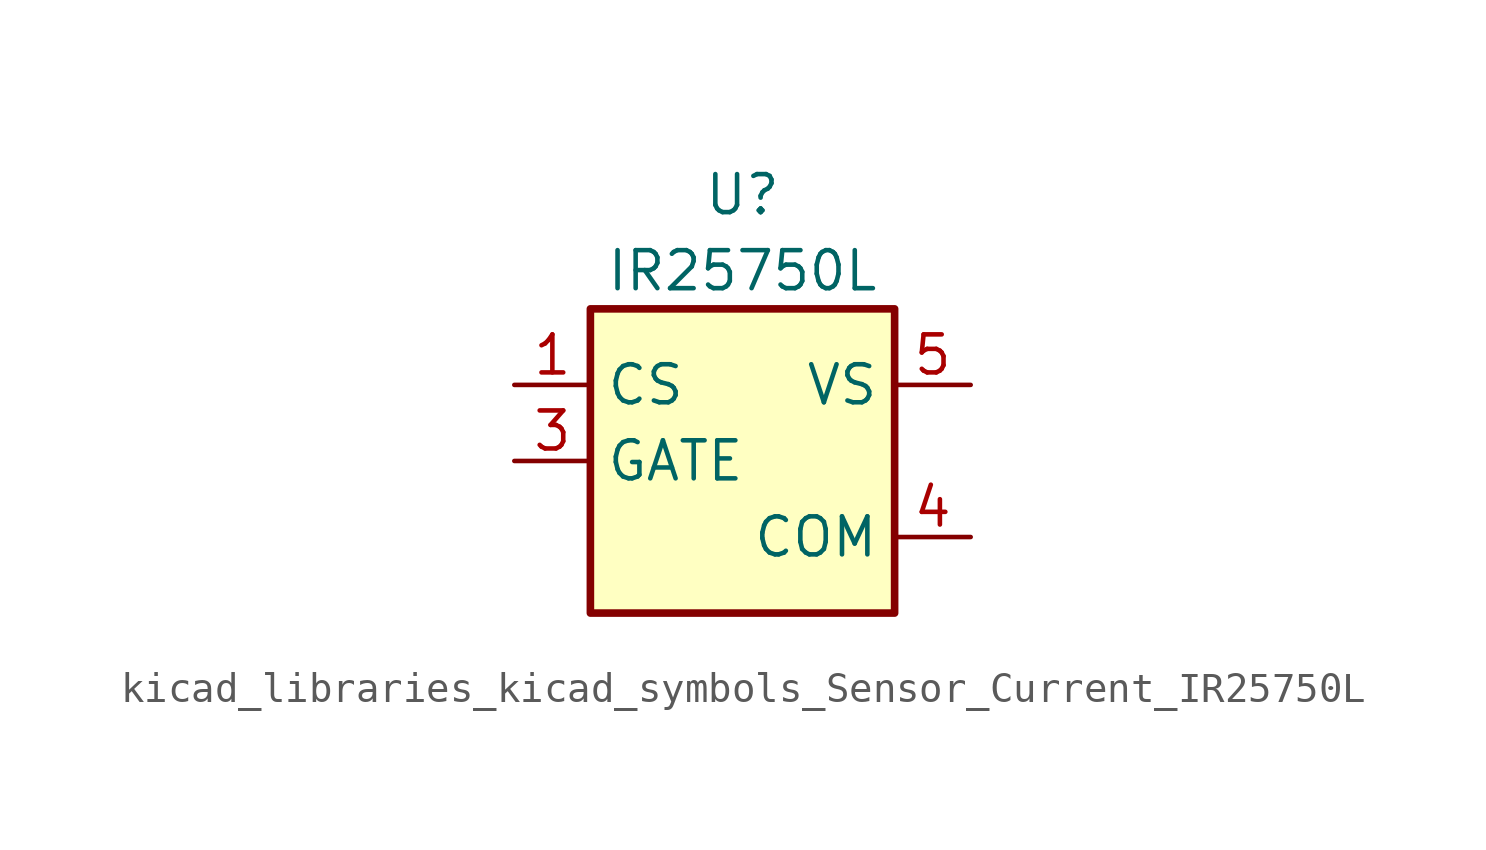
<source format=kicad_sym>
(kicad_symbol_lib
  (version 20220914)
  (generator kicad_symbol_editor)
  (symbol "kicad_libraries_kicad_symbols_Sensor_Current_IR25750L"
    (property "Reference" "U"
      (at 0 8.89 0)
      (effects (font (size 1.27 1.27))))
    (property "Value" "IR25750L"
      (at 0 6.35 0)
      (effects (font (size 1.27 1.27))))
    (symbol "kicad_libraries_kicad_symbols_Sensor_Current_IR25750L_0_1"
      (rectangle (start -5.08 -5.08) (end 5.08 5.08) (stroke (width 0.254) (type default)) (fill (type background))))
    (symbol "kicad_libraries_kicad_symbols_Sensor_Current_IR25750L_1_1"
      (pin output line (at -7.62 2.54 0) (length 2.54) (name "CS" (effects (font (size 1.27 1.27)))) (number "1" (effects (font (size 1.27 1.27)))))
      (pin no_connect line (at -5.08 -2.54 0) (length 2.54) hide (name "NC" (effects (font (size 1.27 1.27)))) (number "2" (effects (font (size 1.27 1.27)))))
      (pin input line (at -7.62 0 0) (length 2.54) (name "GATE" (effects (font (size 1.27 1.27)))) (number "3" (effects (font (size 1.27 1.27)))))
      (pin power_in line (at 7.62 -2.54 180) (length 2.54) (name "COM" (effects (font (size 1.27 1.27)))) (number "4" (effects (font (size 1.27 1.27)))))
      (pin passive line (at 7.62 2.54 180) (length 2.54) (name "VS" (effects (font (size 1.27 1.27)))) (number "5" (effects (font (size 1.27 1.27))))))))
</source>
